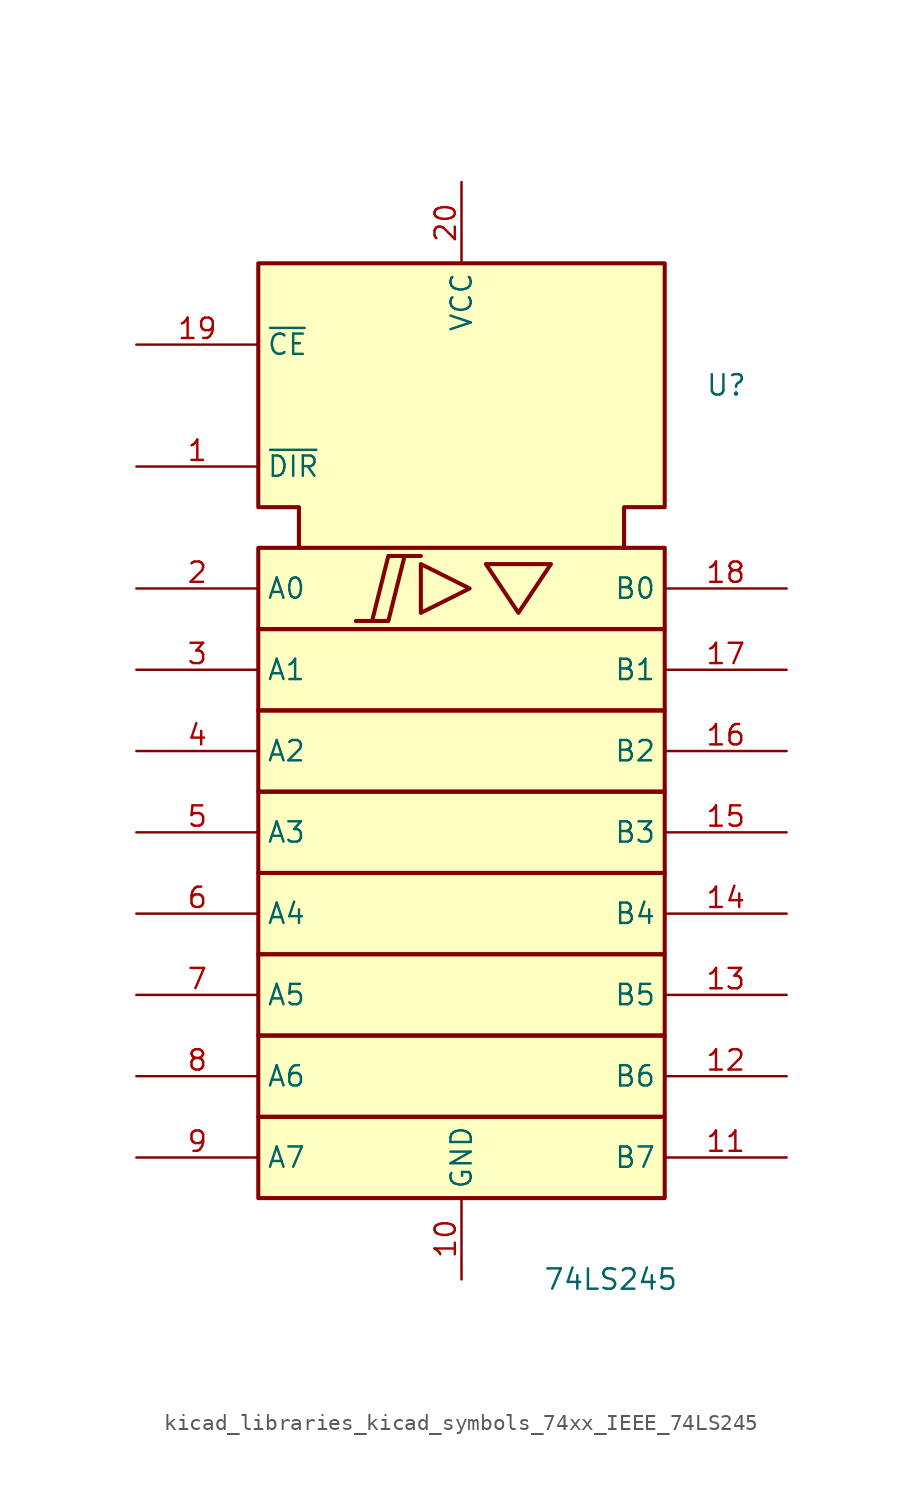
<source format=kicad_sym>
(kicad_symbol_lib
  (version 20220914)
  (generator kicad_symbol_editor)
  (symbol "kicad_libraries_kicad_symbols_74xx_IEEE_74LS245"
    (property "Reference" "U"
      (at 15.24 25.4 0)
      (effects (font (size 1.27 1.27)) (justify left)))
    (property "Value" "74LS245"
      (at 5.08 -30.48 0)
      (effects (font (size 1.27 1.27)) (justify left)))
    (symbol "kicad_libraries_kicad_symbols_74xx_IEEE_74LS245_0_0"
      (polyline (pts (xy -2.54 14.224) (xy -2.54 11.176) (xy 0.508 12.7) (xy -2.54 14.224) (xy -2.54 14.224)) (stroke (width 0.254) (type default)) (fill (type background)))
      (polyline (pts (xy 1.524 14.224) (xy 5.588 14.224) (xy 3.556 11.176) (xy 1.524 14.224) (xy 1.524 14.224)) (stroke (width 0.254) (type default)) (fill (type background)))
      (polyline (pts (xy -6.604 10.668) (xy -4.572 10.668) (xy -3.556 14.732) (xy -2.54 14.732) (xy -4.572 14.732) (xy -5.588 10.668) (xy -5.588 10.668)) (stroke (width 0.254) (type default)) (fill (type background)))
      (pin power_in line (at 0 -30.48 90) (length 5.08) (name "GND" (effects (font (size 1.27 1.27)))) (number "10" (effects (font (size 1.27 1.27)))))
      (pin power_in line (at 0 38.1 270) (length 5.08) (name "VCC" (effects (font (size 1.27 1.27)))) (number "20" (effects (font (size 1.27 1.27))))))
    (symbol "kicad_libraries_kicad_symbols_74xx_IEEE_74LS245_0_1"
      (rectangle (start -12.7 -20.32) (end 12.7 -25.4) (stroke (width 0.254) (type default)) (fill (type background)))
      (rectangle (start -12.7 -15.24) (end 12.7 -20.32) (stroke (width 0.254) (type default)) (fill (type background)))
      (rectangle (start -12.7 -10.16) (end 12.7 -15.24) (stroke (width 0.254) (type default)) (fill (type background)))
      (rectangle (start -12.7 -5.08) (end 12.7 -10.16) (stroke (width 0.254) (type default)) (fill (type background)))
      (rectangle (start -12.7 0) (end 12.7 -5.08) (stroke (width 0.254) (type default)) (fill (type background)))
      (rectangle (start -12.7 5.08) (end 12.7 0) (stroke (width 0.254) (type default)) (fill (type background)))
      (rectangle (start -12.7 10.16) (end 12.7 5.08) (stroke (width 0.254) (type default)) (fill (type background)))
      (rectangle (start -12.7 15.24) (end 12.7 10.16) (stroke (width 0.254) (type default)) (fill (type background)))
      (polyline (pts (xy -10.16 15.24) (xy -10.16 17.78) (xy -12.7 17.78) (xy -12.7 33.02) (xy 12.7 33.02) (xy 12.7 17.78) (xy 10.16 17.78) (xy 10.16 15.24) (xy 10.16 15.24)) (stroke (width 0.254) (type default)) (fill (type background))))
    (symbol "kicad_libraries_kicad_symbols_74xx_IEEE_74LS245_1_1"
      (pin input line (at -20.32 20.32 0) (length 7.62) (name "~{DIR}" (effects (font (size 1.27 1.27)))) (number "1" (effects (font (size 1.27 1.27)))))
      (pin tri_state line (at 20.32 -22.86 180) (length 7.62) (name "B7" (effects (font (size 1.27 1.27)))) (number "11" (effects (font (size 1.27 1.27)))))
      (pin tri_state line (at 20.32 -17.78 180) (length 7.62) (name "B6" (effects (font (size 1.27 1.27)))) (number "12" (effects (font (size 1.27 1.27)))))
      (pin tri_state line (at 20.32 -12.7 180) (length 7.62) (name "B5" (effects (font (size 1.27 1.27)))) (number "13" (effects (font (size 1.27 1.27)))))
      (pin tri_state line (at 20.32 -7.62 180) (length 7.62) (name "B4" (effects (font (size 1.27 1.27)))) (number "14" (effects (font (size 1.27 1.27)))))
      (pin tri_state line (at 20.32 -2.54 180) (length 7.62) (name "B3" (effects (font (size 1.27 1.27)))) (number "15" (effects (font (size 1.27 1.27)))))
      (pin tri_state line (at 20.32 2.54 180) (length 7.62) (name "B2" (effects (font (size 1.27 1.27)))) (number "16" (effects (font (size 1.27 1.27)))))
      (pin tri_state line (at 20.32 7.62 180) (length 7.62) (name "B1" (effects (font (size 1.27 1.27)))) (number "17" (effects (font (size 1.27 1.27)))))
      (pin tri_state line (at 20.32 12.7 180) (length 7.62) (name "B0" (effects (font (size 1.27 1.27)))) (number "18" (effects (font (size 1.27 1.27)))))
      (pin input line (at -20.32 27.94 0) (length 7.62) (name "~{CE}" (effects (font (size 1.27 1.27)))) (number "19" (effects (font (size 1.27 1.27)))))
      (pin tri_state line (at -20.32 12.7 0) (length 7.62) (name "A0" (effects (font (size 1.27 1.27)))) (number "2" (effects (font (size 1.27 1.27)))))
      (pin tri_state line (at -20.32 7.62 0) (length 7.62) (name "A1" (effects (font (size 1.27 1.27)))) (number "3" (effects (font (size 1.27 1.27)))))
      (pin tri_state line (at -20.32 2.54 0) (length 7.62) (name "A2" (effects (font (size 1.27 1.27)))) (number "4" (effects (font (size 1.27 1.27)))))
      (pin tri_state line (at -20.32 -2.54 0) (length 7.62) (name "A3" (effects (font (size 1.27 1.27)))) (number "5" (effects (font (size 1.27 1.27)))))
      (pin tri_state line (at -20.32 -7.62 0) (length 7.62) (name "A4" (effects (font (size 1.27 1.27)))) (number "6" (effects (font (size 1.27 1.27)))))
      (pin tri_state line (at -20.32 -12.7 0) (length 7.62) (name "A5" (effects (font (size 1.27 1.27)))) (number "7" (effects (font (size 1.27 1.27)))))
      (pin tri_state line (at -20.32 -17.78 0) (length 7.62) (name "A6" (effects (font (size 1.27 1.27)))) (number "8" (effects (font (size 1.27 1.27)))))
      (pin tri_state line (at -20.32 -22.86 0) (length 7.62) (name "A7" (effects (font (size 1.27 1.27)))) (number "9" (effects (font (size 1.27 1.27))))))))
</source>
